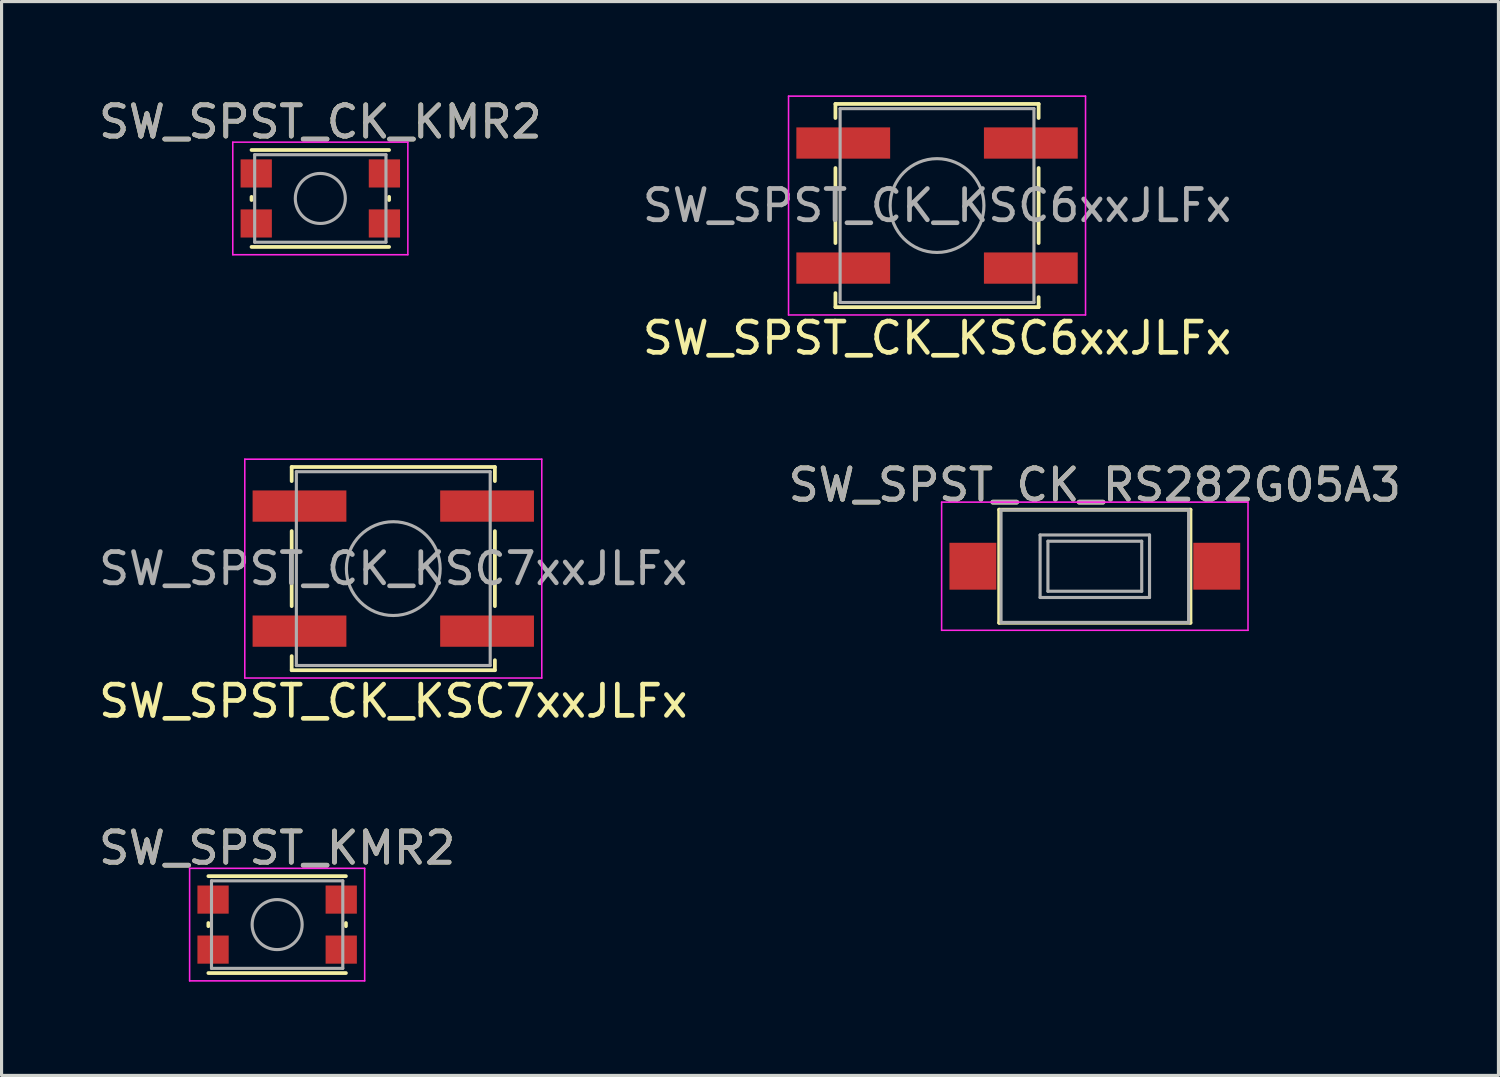
<source format=kicad_pcb>
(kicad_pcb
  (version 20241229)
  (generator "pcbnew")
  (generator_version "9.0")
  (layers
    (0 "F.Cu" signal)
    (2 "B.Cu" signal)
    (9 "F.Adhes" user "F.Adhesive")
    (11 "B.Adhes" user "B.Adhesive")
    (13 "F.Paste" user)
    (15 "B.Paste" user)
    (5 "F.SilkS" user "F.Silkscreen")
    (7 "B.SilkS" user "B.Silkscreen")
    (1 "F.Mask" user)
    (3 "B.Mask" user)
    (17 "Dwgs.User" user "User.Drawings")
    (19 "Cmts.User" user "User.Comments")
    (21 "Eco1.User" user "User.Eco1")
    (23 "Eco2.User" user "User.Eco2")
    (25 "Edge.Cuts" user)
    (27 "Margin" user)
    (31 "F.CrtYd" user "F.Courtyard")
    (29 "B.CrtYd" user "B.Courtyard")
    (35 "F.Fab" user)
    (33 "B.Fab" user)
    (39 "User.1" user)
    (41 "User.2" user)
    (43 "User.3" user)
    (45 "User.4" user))
  (footprint "SW_SPST_CK_KSC6xxJLFx"
    (layer "F.Cu")
    (at 26.923 3.525)
    (property "Reference" "SW_SPST_CK_KSC6xxJLFx" (at 0 4.24 0) (layer "F.SilkS") (effects (font (size 1 1) (thickness 0.15))))
    (attr smd)
    (fp_line (start -3.25 -3.25) (end -3.25 -2.8) (stroke (width 0.12) (type solid)) (layer "F.SilkS"))
    (fp_line (start -3.25 -1.2) (end -3.25 1.2) (stroke (width 0.12) (type solid)) (layer "F.SilkS"))
    (fp_line (start -3.25 2.8) (end -3.25 3.25) (stroke (width 0.12) (type solid)) (layer "F.SilkS"))
    (fp_line (start -3.25 3.25) (end 3.25 3.25) (stroke (width 0.12) (type solid)) (layer "F.SilkS"))
    (fp_line (start 3.25 -3.25) (end -3.25 -3.25) (stroke (width 0.12) (type solid)) (layer "F.SilkS"))
    (fp_line (start 3.25 -2.8) (end 3.25 -3.25) (stroke (width 0.12) (type solid)) (layer "F.SilkS"))
    (fp_line (start 3.25 1.2) (end 3.25 -1.2) (stroke (width 0.12) (type solid)) (layer "F.SilkS"))
    (fp_line (start 3.25 3.25) (end 3.25 2.93) (stroke (width 0.12) (type solid)) (layer "F.SilkS"))
    (fp_line (start -4.75 -3.5) (end 4.75 -3.5) (stroke (width 0.05) (type solid)) (layer "F.CrtYd"))
    (fp_line (start -4.75 3.5) (end -4.75 -3.5) (stroke (width 0.05) (type solid)) (layer "F.CrtYd"))
    (fp_line (start 4.75 -3.5) (end 4.75 3.5) (stroke (width 0.05) (type solid)) (layer "F.CrtYd"))
    (fp_line (start 4.75 3.5) (end -4.75 3.5) (stroke (width 0.05) (type solid)) (layer "F.CrtYd"))
    (fp_line (start -3.1 -3.1) (end 3.1 -3.1) (stroke (width 0.1) (type solid)) (layer "F.Fab"))
    (fp_line (start -3.1 3.1) (end -3.1 -3.1) (stroke (width 0.1) (type solid)) (layer "F.Fab"))
    (fp_line (start 3.1 -3.1) (end 3.1 3.1) (stroke (width 0.1) (type solid)) (layer "F.Fab"))
    (fp_line (start 3.1 3.1) (end -3.1 3.1) (stroke (width 0.1) (type solid)) (layer "F.Fab"))
    (fp_circle (center 0 0) (end 1.5 0) (stroke (width 0.1) (type solid)) (fill no) (layer "F.Fab"))
    (fp_text user "${REFERENCE}" (at 0 0 0) (layer "F.Fab") (effects (font (size 1 1) (thickness 0.15))))
    (pad "1" smd rect (at -3 -2) (size 3 1) (layers "F.Cu" "F.Mask" "F.Paste"))
    (pad "1" smd rect (at 3 -2) (size 3 1) (layers "F.Cu" "F.Mask" "F.Paste"))
    (pad "2" smd rect (at -3 2) (size 3 1) (layers "F.Cu" "F.Mask" "F.Paste"))
    (pad "2" smd rect (at 3 2) (size 3 1) (layers "F.Cu" "F.Mask" "F.Paste")))
  (footprint "SW_SPST_KMR2"
    (layer "F.Cu")
    (at 5.815 26.525)
    (property "Reference" "SW_SPST_KMR2" (at 0 -2.45 0) (layer "F.SilkS") (effects (font (size 1 1) (thickness 0.15))))
    (attr smd)
    (fp_line (start -2.2 0.05) (end -2.2 -0.05) (stroke (width 0.12) (type solid)) (layer "F.SilkS"))
    (fp_line (start -2.2 1.55) (end 2.2 1.55) (stroke (width 0.12) (type solid)) (layer "F.SilkS"))
    (fp_line (start 2.2 -1.55) (end -2.2 -1.55) (stroke (width 0.12) (type solid)) (layer "F.SilkS"))
    (fp_line (start 2.2 0.05) (end 2.2 -0.05) (stroke (width 0.12) (type solid)) (layer "F.SilkS"))
    (fp_line (start -2.8 -1.8) (end 2.8 -1.8) (stroke (width 0.05) (type solid)) (layer "F.CrtYd"))
    (fp_line (start -2.8 1.8) (end -2.8 -1.8) (stroke (width 0.05) (type solid)) (layer "F.CrtYd"))
    (fp_line (start 2.8 -1.8) (end 2.8 1.8) (stroke (width 0.05) (type solid)) (layer "F.CrtYd"))
    (fp_line (start 2.8 1.8) (end -2.8 1.8) (stroke (width 0.05) (type solid)) (layer "F.CrtYd"))
    (fp_line (start -2.1 -1.4) (end 2.1 -1.4) (stroke (width 0.1) (type solid)) (layer "F.Fab"))
    (fp_line (start -2.1 1.4) (end -2.1 -1.4) (stroke (width 0.1) (type solid)) (layer "F.Fab"))
    (fp_line (start 2.1 -1.4) (end 2.1 1.4) (stroke (width 0.1) (type solid)) (layer "F.Fab"))
    (fp_line (start 2.1 1.4) (end -2.1 1.4) (stroke (width 0.1) (type solid)) (layer "F.Fab"))
    (fp_circle (center 0 0) (end 0 0.8) (stroke (width 0.1) (type solid)) (fill no) (layer "F.Fab"))
    (fp_text user "${REFERENCE}" (at 0 -2.45 0) (layer "F.Fab") (effects (font (size 1 1) (thickness 0.15))))
    (pad "1" smd rect (at -2.05 -0.8 90) (size 0.9 1) (layers "F.Cu" "F.Mask" "F.Paste"))
    (pad "1" smd rect (at 2.05 -0.8 90) (size 0.9 1) (layers "F.Cu" "F.Mask" "F.Paste"))
    (pad "2" smd rect (at -2.05 0.8 90) (size 0.9 1) (layers "F.Cu" "F.Mask" "F.Paste"))
    (pad "2" smd rect (at 2.05 0.8 90) (size 0.9 1) (layers "F.Cu" "F.Mask" "F.Paste")))
  (footprint "SW_SPST_CK_KMR2"
    (layer "F.Cu")
    (at 7.196 3.298)
    (property "Reference" "SW_SPST_CK_KMR2" (at 0 -2.45 0) (layer "F.SilkS") (effects (font (size 1 1) (thickness 0.15))))
    (attr smd)
    (fp_line (start -2.2 0.05) (end -2.2 -0.05) (stroke (width 0.12) (type solid)) (layer "F.SilkS"))
    (fp_line (start -2.2 1.55) (end 2.2 1.55) (stroke (width 0.12) (type solid)) (layer "F.SilkS"))
    (fp_line (start 2.2 -1.55) (end -2.2 -1.55) (stroke (width 0.12) (type solid)) (layer "F.SilkS"))
    (fp_line (start 2.2 0.05) (end 2.2 -0.05) (stroke (width 0.12) (type solid)) (layer "F.SilkS"))
    (fp_line (start -2.8 -1.8) (end 2.8 -1.8) (stroke (width 0.05) (type solid)) (layer "F.CrtYd"))
    (fp_line (start -2.8 1.8) (end -2.8 -1.8) (stroke (width 0.05) (type solid)) (layer "F.CrtYd"))
    (fp_line (start 2.8 -1.8) (end 2.8 1.8) (stroke (width 0.05) (type solid)) (layer "F.CrtYd"))
    (fp_line (start 2.8 1.8) (end -2.8 1.8) (stroke (width 0.05) (type solid)) (layer "F.CrtYd"))
    (fp_line (start -2.1 -1.4) (end 2.1 -1.4) (stroke (width 0.1) (type solid)) (layer "F.Fab"))
    (fp_line (start -2.1 1.4) (end -2.1 -1.4) (stroke (width 0.1) (type solid)) (layer "F.Fab"))
    (fp_line (start 2.1 -1.4) (end 2.1 1.4) (stroke (width 0.1) (type solid)) (layer "F.Fab"))
    (fp_line (start 2.1 1.4) (end -2.1 1.4) (stroke (width 0.1) (type solid)) (layer "F.Fab"))
    (fp_circle (center 0 0) (end 0 0.8) (stroke (width 0.1) (type solid)) (fill no) (layer "F.Fab"))
    (fp_text user "${REFERENCE}" (at 0 -2.45 0) (layer "F.Fab") (effects (font (size 1 1) (thickness 0.15))))
    (pad "1" smd rect (at -2.05 -0.8 90) (size 0.9 1) (layers "F.Cu" "F.Mask" "F.Paste"))
    (pad "1" smd rect (at 2.05 -0.8 90) (size 0.9 1) (layers "F.Cu" "F.Mask" "F.Paste"))
    (pad "2" smd rect (at -2.05 0.8 90) (size 0.9 1) (layers "F.Cu" "F.Mask" "F.Paste"))
    (pad "2" smd rect (at 2.05 0.8 90) (size 0.9 1) (layers "F.Cu" "F.Mask" "F.Paste")))
  (footprint "SW_SPST_CK_KSC7xxJLFx"
    (layer "F.Cu")
    (at 9.53 15.138)
    (property "Reference" "SW_SPST_CK_KSC7xxJLFx" (at 0 4.24 0) (layer "F.SilkS") (effects (font (size 1 1) (thickness 0.15))))
    (attr smd)
    (fp_line (start -3.25 -3.25) (end -3.25 -2.8) (stroke (width 0.12) (type solid)) (layer "F.SilkS"))
    (fp_line (start -3.25 -1.2) (end -3.25 1.2) (stroke (width 0.12) (type solid)) (layer "F.SilkS"))
    (fp_line (start -3.25 2.8) (end -3.25 3.25) (stroke (width 0.12) (type solid)) (layer "F.SilkS"))
    (fp_line (start -3.25 3.25) (end 3.25 3.25) (stroke (width 0.12) (type solid)) (layer "F.SilkS"))
    (fp_line (start 3.25 -3.25) (end -3.25 -3.25) (stroke (width 0.12) (type solid)) (layer "F.SilkS"))
    (fp_line (start 3.25 -2.8) (end 3.25 -3.25) (stroke (width 0.12) (type solid)) (layer "F.SilkS"))
    (fp_line (start 3.25 1.2) (end 3.25 -1.2) (stroke (width 0.12) (type solid)) (layer "F.SilkS"))
    (fp_line (start 3.25 3.25) (end 3.25 2.93) (stroke (width 0.12) (type solid)) (layer "F.SilkS"))
    (fp_line (start -4.75 -3.5) (end 4.75 -3.5) (stroke (width 0.05) (type solid)) (layer "F.CrtYd"))
    (fp_line (start -4.75 3.5) (end -4.75 -3.5) (stroke (width 0.05) (type solid)) (layer "F.CrtYd"))
    (fp_line (start 4.75 -3.5) (end 4.75 3.5) (stroke (width 0.05) (type solid)) (layer "F.CrtYd"))
    (fp_line (start 4.75 3.5) (end -4.75 3.5) (stroke (width 0.05) (type solid)) (layer "F.CrtYd"))
    (fp_line (start -3.1 -3.1) (end 3.1 -3.1) (stroke (width 0.1) (type solid)) (layer "F.Fab"))
    (fp_line (start -3.1 3.1) (end -3.1 -3.1) (stroke (width 0.1) (type solid)) (layer "F.Fab"))
    (fp_line (start 3.1 -3.1) (end 3.1 3.1) (stroke (width 0.1) (type solid)) (layer "F.Fab"))
    (fp_line (start 3.1 3.1) (end -3.1 3.1) (stroke (width 0.1) (type solid)) (layer "F.Fab"))
    (fp_circle (center 0 0) (end 1.5 0) (stroke (width 0.1) (type solid)) (fill no) (layer "F.Fab"))
    (fp_text user "${REFERENCE}" (at 0 0 0) (layer "F.Fab") (effects (font (size 1 1) (thickness 0.15))))
    (pad "1" smd rect (at -3 -2) (size 3 1) (layers "F.Cu" "F.Mask" "F.Paste"))
    (pad "1" smd rect (at 3 -2) (size 3 1) (layers "F.Cu" "F.Mask" "F.Paste"))
    (pad "2" smd rect (at -3 2) (size 3 1) (layers "F.Cu" "F.Mask" "F.Paste"))
    (pad "2" smd rect (at 3 2) (size 3 1) (layers "F.Cu" "F.Mask" "F.Paste")))
  (footprint "SW_SPST_CK_RS282G05A3"
    (layer "F.Cu")
    (at 31.97 15.062)
    (property "Reference" "SW_SPST_CK_RS282G05A3" (at 0 -2.6 0) (layer "F.SilkS") (effects (font (size 1 1) (thickness 0.15))))
    (attr smd)
    (fp_line (start -3.06 -1.81) (end 3.06 -1.81) (stroke (width 0.12) (type solid)) (layer "F.SilkS"))
    (fp_line (start -3.06 1.81) (end -3.06 -1.81) (stroke (width 0.12) (type solid)) (layer "F.SilkS"))
    (fp_line (start 3.06 -1.81) (end 3.06 1.81) (stroke (width 0.12) (type solid)) (layer "F.SilkS"))
    (fp_line (start 3.06 1.81) (end -3.06 1.81) (stroke (width 0.12) (type solid)) (layer "F.SilkS"))
    (fp_line (start -4.9 -2.05) (end 4.9 -2.05) (stroke (width 0.05) (type solid)) (layer "F.CrtYd"))
    (fp_line (start -4.9 2.05) (end -4.9 -2.05) (stroke (width 0.05) (type solid)) (layer "F.CrtYd"))
    (fp_line (start 4.9 -2.05) (end 4.9 2.05) (stroke (width 0.05) (type solid)) (layer "F.CrtYd"))
    (fp_line (start 4.9 2.05) (end -4.9 2.05) (stroke (width 0.05) (type solid)) (layer "F.CrtYd"))
    (fp_line (start -3 -1.8) (end -3 1.8) (stroke (width 0.1) (type solid)) (layer "F.Fab"))
    (fp_line (start -3 -1.8) (end 3 -1.8) (stroke (width 0.1) (type solid)) (layer "F.Fab"))
    (fp_line (start -3 1.8) (end 3 1.8) (stroke (width 0.1) (type solid)) (layer "F.Fab"))
    (fp_line (start -1.75 -1) (end 1.75 -1) (stroke (width 0.1) (type solid)) (layer "F.Fab"))
    (fp_line (start -1.75 1) (end -1.75 -1) (stroke (width 0.1) (type solid)) (layer "F.Fab"))
    (fp_line (start -1.5 -0.8) (end -1.5 0.8) (stroke (width 0.1) (type solid)) (layer "F.Fab"))
    (fp_line (start -1.5 -0.8) (end 1.5 -0.8) (stroke (width 0.1) (type solid)) (layer "F.Fab"))
    (fp_line (start -1.5 0.8) (end 1.5 0.8) (stroke (width 0.1) (type solid)) (layer "F.Fab"))
    (fp_line (start 1.5 -0.8) (end 1.5 0.8) (stroke (width 0.1) (type solid)) (layer "F.Fab"))
    (fp_line (start 1.75 -1) (end 1.75 1) (stroke (width 0.1) (type solid)) (layer "F.Fab"))
    (fp_line (start 1.75 1) (end -1.75 1) (stroke (width 0.1) (type solid)) (layer "F.Fab"))
    (fp_line (start 3 -1.8) (end 3 1.8) (stroke (width 0.1) (type solid)) (layer "F.Fab"))
    (fp_text user "${REFERENCE}" (at 0 -2.6 0) (layer "F.Fab") (effects (font (size 1 1) (thickness 0.15))))
    (pad "1" smd rect (at -3.9 0) (size 1.5 1.5) (layers "F.Cu" "F.Mask" "F.Paste"))
    (pad "2" smd rect (at 3.9 0) (size 1.5 1.5) (layers "F.Cu" "F.Mask" "F.Paste")))
  (gr_rect
    (start -3 -3)
    (end 44.881 31.35)
    (stroke (width 0.1) (type default))
    (fill no)
    (layer "Edge.Cuts")))
</source>
